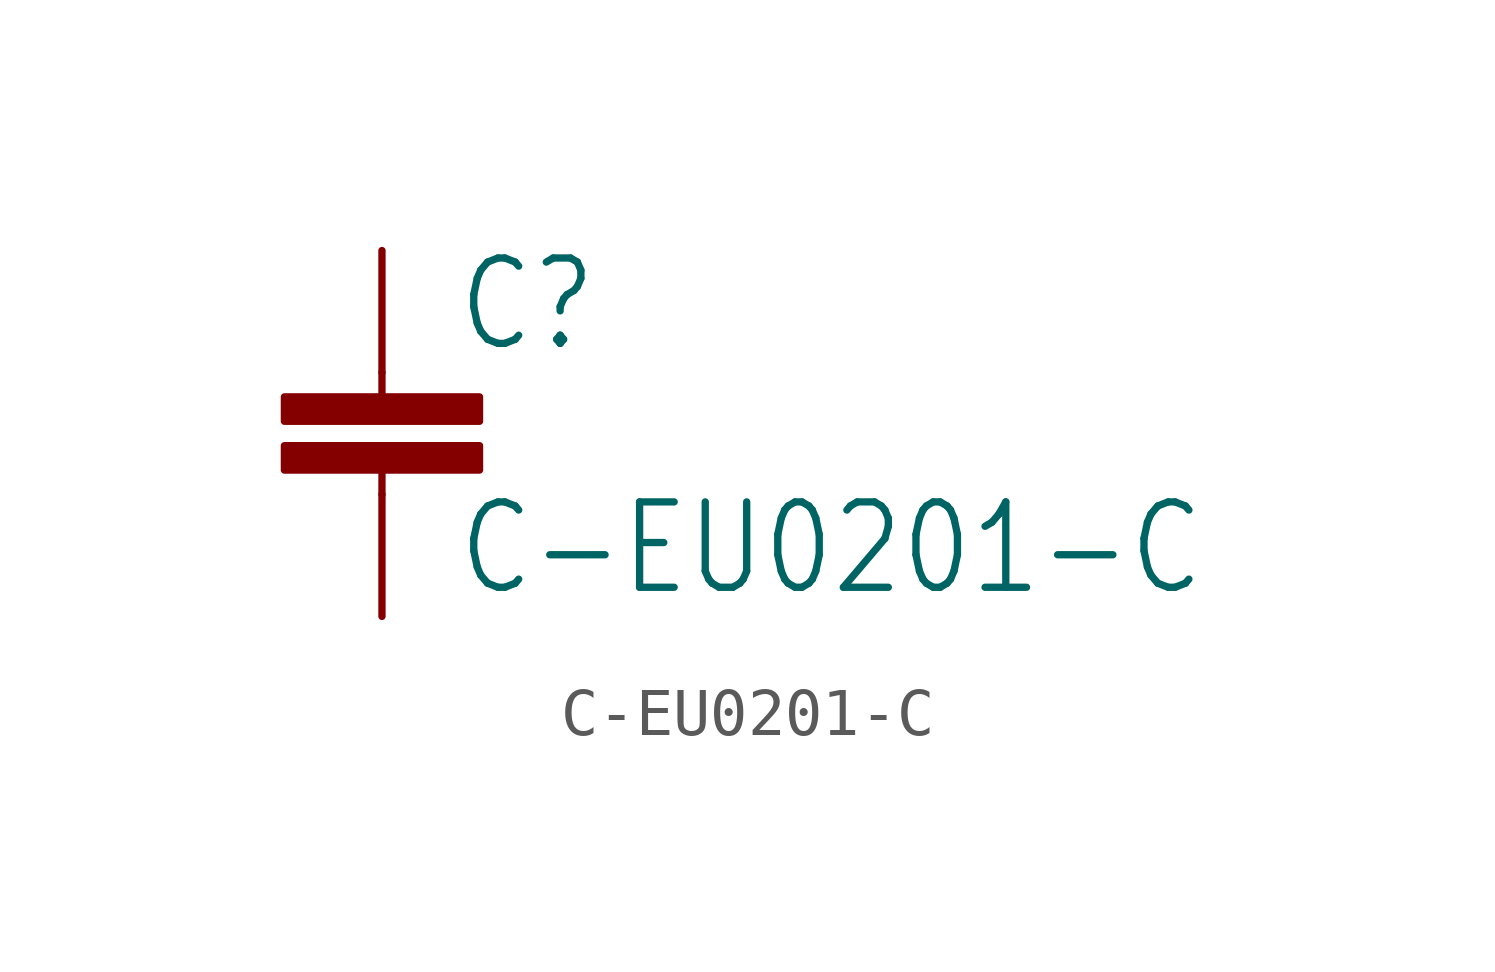
<source format=kicad_sym>
(kicad_symbol_lib
  (version 20211014)
  (generator kicad_symbol_editor)
  (symbol "C-EU0201-C"
    (property "Reference" "C"
      (at 1.524 0.381 0)
      (effects (font (size 1.778 1.511)) (justify left bottom)))
    (property "Value" "C-EU0201-C"
      (at 1.524 -4.699 0)
      (effects (font (size 1.778 1.511)) (justify left bottom)))
    (property "ki_locked" ""
      (at 0 0 0)
      (effects (font (size 1.27 1.27))))
    (symbol "C-EU0201-C_1_0"
      (rectangle (start -2.032 -2.032) (end 2.032 -1.524) (stroke (width 0) (type default) (color 0 0 0 0)) (fill (type outline)))
      (rectangle (start -2.032 -1.016) (end 2.032 -0.508) (stroke (width 0) (type default) (color 0 0 0 0)) (fill (type outline)))
      (polyline (pts (xy 0 -2.54) (xy 0 -2.032)) (stroke (width 0.152) (type default) (color 0 0 0 0)) (fill (type none)))
      (polyline (pts (xy 0 0) (xy 0 -0.508)) (stroke (width 0.152) (type default) (color 0 0 0 0)) (fill (type none)))
      (pin passive line (at 0 2.54 270) (length 2.54) (name "1" (effects (font (size 0 0)))) (number "1" (effects (font (size 0 0)))))
      (pin passive line (at 0 -5.08 90) (length 2.54) (name "2" (effects (font (size 0 0)))) (number "2" (effects (font (size 0 0))))))))
</source>
